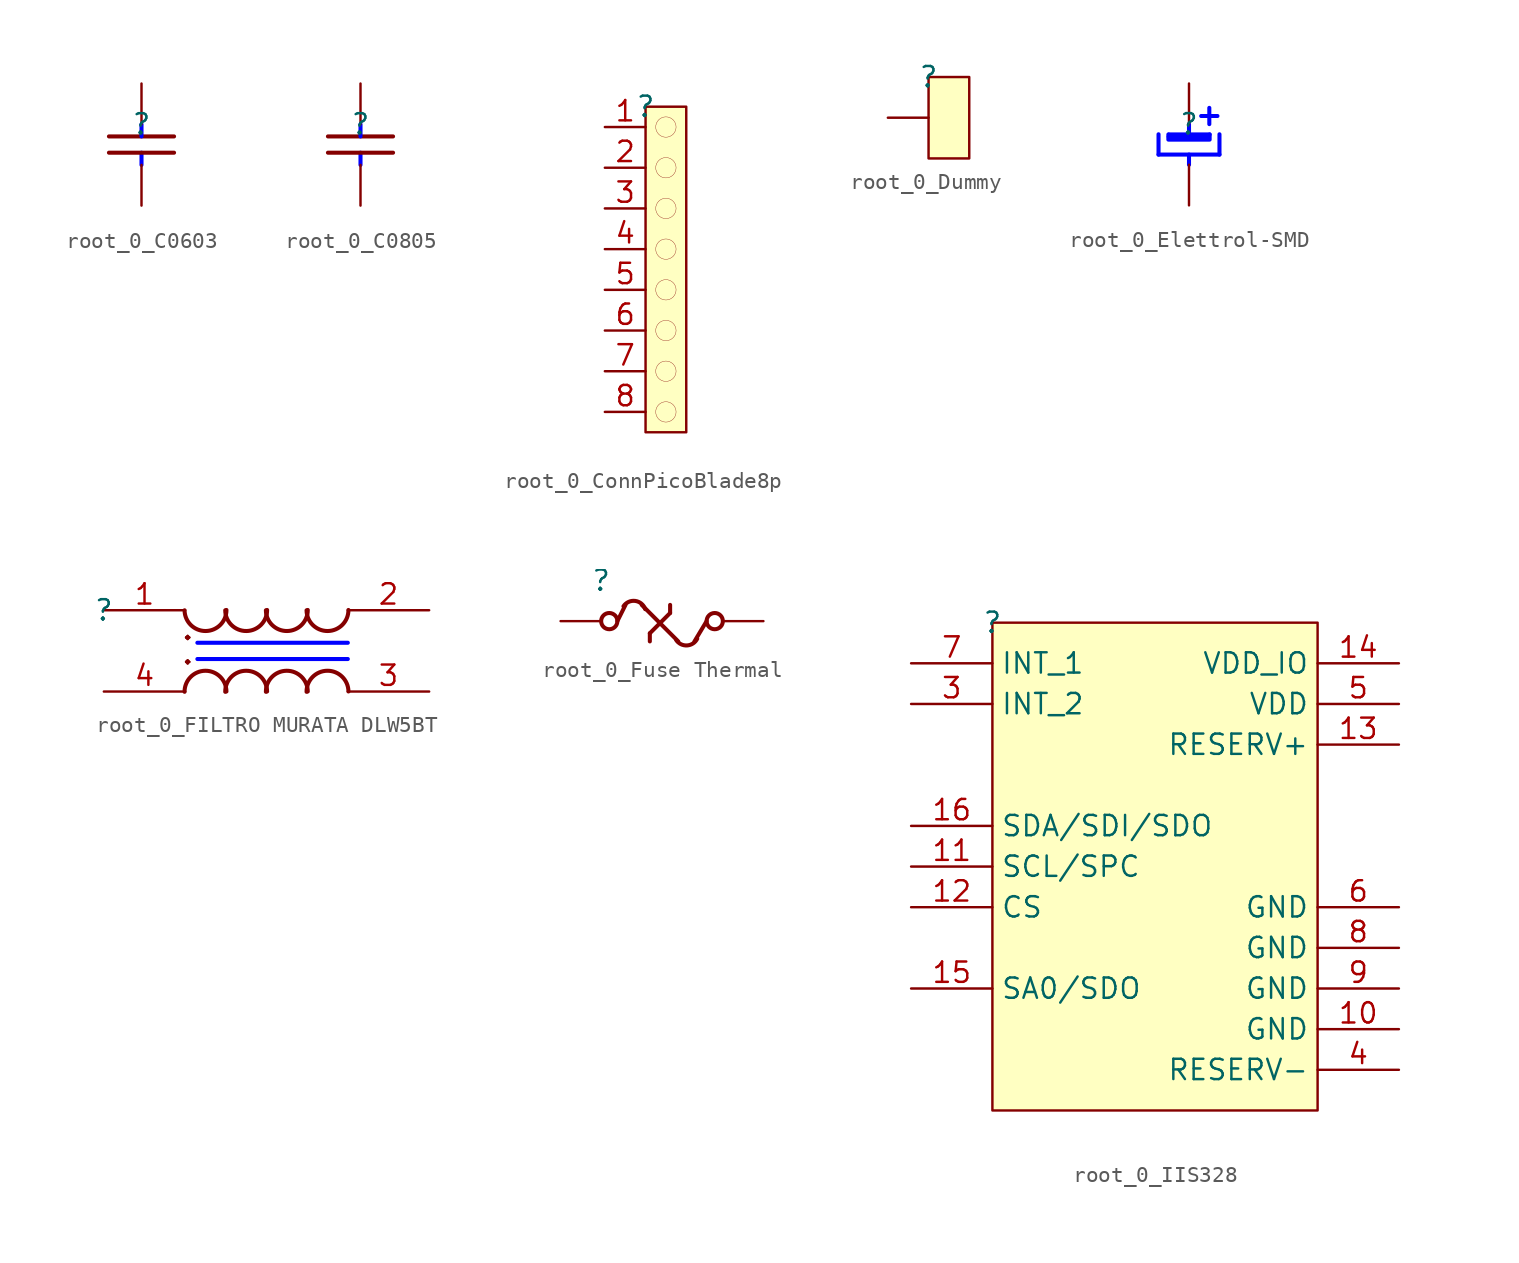
<source format=kicad_sym>
(kicad_symbol_lib
  (version 20220914)
  (generator kicad_symbol_editor)
  (symbol "root_0_C0603"
    (property "Reference" ""
      (at 0 0 0)
      (effects (font (size 1.27 1.27))))
    (property "Value" ""
      (at 0 0 0)
      (effects (font (size 1.27 1.27))))
    (symbol "root_0_C0603_1_0"
      (polyline (pts (xy -2.032 -0.762) (xy 2.032 -0.762)) (stroke (width 0.254) (type solid)) (fill (type none)))
      (polyline (pts (xy 0 -2.54) (xy 0 -1.778)) (stroke (width 0.254) (type solid) (color 0 0 255 1)) (fill (type none)))
      (polyline (pts (xy 0 0) (xy 0 -0.762)) (stroke (width 0.254) (type solid) (color 0 0 255 1)) (fill (type none)))
      (polyline (pts (xy 2.032 -1.778) (xy -2.032 -1.778)) (stroke (width 0.254) (type solid)) (fill (type none)))
      (pin passive line (at 0 2.54 270) (length 2.54) (name "1" (effects (font (size 0 0)))) (number "1" (effects (font (size 0 0)))))
      (pin passive line (at 0 -5.08 90) (length 2.54) (name "2" (effects (font (size 0 0)))) (number "2" (effects (font (size 0 0)))))))
  (symbol "root_0_C0805"
    (property "Reference" ""
      (at 0 0 0)
      (effects (font (size 1.27 1.27))))
    (property "Value" ""
      (at 0 0 0)
      (effects (font (size 1.27 1.27))))
    (symbol "root_0_C0805_1_0"
      (polyline (pts (xy -2.032 -0.762) (xy 2.032 -0.762)) (stroke (width 0.254) (type solid)) (fill (type none)))
      (polyline (pts (xy 0 -2.54) (xy 0 -1.778)) (stroke (width 0.254) (type solid) (color 0 0 255 1)) (fill (type none)))
      (polyline (pts (xy 0 0) (xy 0 -0.762)) (stroke (width 0.254) (type solid) (color 0 0 255 1)) (fill (type none)))
      (polyline (pts (xy 2.032 -1.778) (xy -2.032 -1.778)) (stroke (width 0.254) (type solid)) (fill (type none)))
      (pin passive line (at 0 2.54 270) (length 2.54) (name "1" (effects (font (size 0 0)))) (number "1" (effects (font (size 0 0)))))
      (pin passive line (at 0 -5.08 90) (length 2.54) (name "2" (effects (font (size 0 0)))) (number "2" (effects (font (size 0 0)))))))
  (symbol "root_0_ConnPicoBlade8p"
    (property "Reference" ""
      (at 0 0 0)
      (effects (font (size 1.27 1.27))))
    (property "Value" ""
      (at 0 0 0)
      (effects (font (size 1.27 1.27))))
    (symbol "root_0_ConnPicoBlade8p_1_0"
      (circle (center 1.27 -19.05) (radius 0.635) (stroke (width 0.0001) (type solid)) (fill (type color) (color 192 192 192 1)))
      (circle (center 1.27 -16.51) (radius 0.635) (stroke (width 0.0001) (type solid)) (fill (type color) (color 192 192 192 1)))
      (circle (center 1.27 -13.97) (radius 0.635) (stroke (width 0.0001) (type solid)) (fill (type color) (color 192 192 192 1)))
      (circle (center 1.27 -11.43) (radius 0.635) (stroke (width 0.0001) (type solid)) (fill (type color) (color 192 192 192 1)))
      (circle (center 1.27 -8.89) (radius 0.635) (stroke (width 0.0001) (type solid)) (fill (type color) (color 192 192 192 1)))
      (circle (center 1.27 -6.35) (radius 0.635) (stroke (width 0.0001) (type solid)) (fill (type color) (color 192 192 192 1)))
      (circle (center 1.27 -3.81) (radius 0.635) (stroke (width 0.0001) (type solid)) (fill (type color) (color 192 192 192 1)))
      (circle (center 1.27 -1.27) (radius 0.635) (stroke (width 0.0001) (type solid)) (fill (type color) (color 192 192 192 1)))
      (rectangle (start 2.54 0) (end 0 -20.32) (stroke (width 0) (type solid)) (fill (type background)))
      (pin passive line (at -2.54 -1.27 0) (length 2.54) (name "1" (effects (font (size 0 0)))) (number "1" (effects (font (size 1.27 1.27)))))
      (pin passive line (at -2.54 -3.81 0) (length 2.54) (name "2" (effects (font (size 0 0)))) (number "2" (effects (font (size 1.27 1.27)))))
      (pin passive line (at -2.54 -6.35 0) (length 2.54) (name "3" (effects (font (size 0 0)))) (number "3" (effects (font (size 1.27 1.27)))))
      (pin passive line (at -2.54 -8.89 0) (length 2.54) (name "4" (effects (font (size 0 0)))) (number "4" (effects (font (size 1.27 1.27)))))
      (pin passive line (at -2.54 -11.43 0) (length 2.54) (name "5" (effects (font (size 0 0)))) (number "5" (effects (font (size 1.27 1.27)))))
      (pin passive line (at -2.54 -13.97 0) (length 2.54) (name "6" (effects (font (size 0 0)))) (number "6" (effects (font (size 1.27 1.27)))))
      (pin passive line (at -2.54 -16.51 0) (length 2.54) (name "7" (effects (font (size 0 0)))) (number "7" (effects (font (size 1.27 1.27)))))
      (pin passive line (at -2.54 -19.05 0) (length 2.54) (name "8" (effects (font (size 0 0)))) (number "8" (effects (font (size 1.27 1.27)))))))
  (symbol "root_0_Dummy"
    (property "Reference" ""
      (at 0 0 0)
      (effects (font (size 1.27 1.27))))
    (property "Value" ""
      (at 0 0 0)
      (effects (font (size 1.27 1.27))))
    (symbol "root_0_Dummy_1_0"
      (rectangle (start 2.54 0) (end 0 -5.08) (stroke (width 0) (type solid)) (fill (type background)))
      (pin passive line (at -2.54 -2.54 0) (length 2.54) (name "0" (effects (font (size 0 0)))) (number "1" (effects (font (size 0 0)))))))
  (symbol "root_0_Elettrol-SMD"
    (property "Reference" ""
      (at 0 0 0)
      (effects (font (size 1.27 1.27))))
    (property "Value" ""
      (at 0 0 0)
      (effects (font (size 1.27 1.27))))
    (symbol "root_0_Elettrol-SMD_1_0"
      (polyline (pts (xy -1.905 -1.905) (xy -1.905 -0.635)) (stroke (width 0.254) (type solid) (color 0 0 255 1)) (fill (type none)))
      (polyline (pts (xy -1.27 -0.787) (xy 1.194 -0.787)) (stroke (width 0.254) (type solid) (color 0 0 255 1)) (fill (type none)))
      (polyline (pts (xy -1.25 -0.645) (xy 1.29 -0.645)) (stroke (width 0.254) (type solid) (color 0 0 255 1)) (fill (type none)))
      (polyline (pts (xy 0 -1.905) (xy 0 -2.54)) (stroke (width 0.254) (type solid) (color 0 0 255 1)) (fill (type none)))
      (polyline (pts (xy 0 -0.635) (xy 0 0)) (stroke (width 0.254) (type solid) (color 0 0 255 1)) (fill (type none)))
      (polyline (pts (xy 0.762 0.508) (xy 1.778 0.508)) (stroke (width 0.254) (type solid) (color 0 0 255 1)) (fill (type none)))
      (polyline (pts (xy 1.27 0) (xy 1.27 1.016)) (stroke (width 0.254) (type solid) (color 0 0 255 1)) (fill (type none)))
      (polyline (pts (xy 1.905 -1.905) (xy -1.905 -1.905)) (stroke (width 0.254) (type solid) (color 0 0 255 1)) (fill (type none)))
      (polyline (pts (xy 1.905 -1.905) (xy 1.905 -0.635)) (stroke (width 0.254) (type solid) (color 0 0 255 1)) (fill (type none)))
      (polyline (pts (xy -1.29 -0.645) (xy -1.29 -0.968) (xy 1.29 -0.968) (xy 1.29 -0.645)) (stroke (width 0.254) (type solid) (color 0 0 255 1)) (fill (type none)))
      (pin passive line (at 0 2.54 270) (length 2.54) (name "1" (effects (font (size 0 0)))) (number "1" (effects (font (size 0 0)))))
      (pin passive line (at 0 -5.08 90) (length 2.54) (name "2" (effects (font (size 0 0)))) (number "2" (effects (font (size 0 0)))))))
  (symbol "root_0_FILTRO MURATA DLW5BT"
    (property "Reference" ""
      (at 0 0 0)
      (effects (font (size 1.27 1.27))))
    (property "Value" ""
      (at 0 0 0)
      (effects (font (size 1.27 1.27))))
    (symbol "root_0_FILTRO MURATA DLW5BT_1_0"
      (polyline (pts (xy 5.842 -3.048) (xy 15.24 -3.048)) (stroke (width 0.254) (type solid) (color 0 0 255 1)) (fill (type none)))
      (polyline (pts (xy 5.842 -2.032) (xy 15.24 -2.032)) (stroke (width 0.254) (type solid) (color 0 0 255 1)) (fill (type none)))
      (arc (start 5.042 -0.0057) (mid 6.3606 -1.308) (end 7.6579 0.0155) (stroke (width 0.254) (type solid)) (fill (type none)))
      (arc (start 7.582 -0.0057) (mid 8.9006 -1.308) (end 10.1979 0.0155) (stroke (width 0.254) (type solid)) (fill (type none)))
      (arc (start 7.658 -5.0743) (mid 6.3394 -3.772) (end 5.0421 -5.0955) (stroke (width 0.254) (type solid)) (fill (type none)))
      (arc (start 10.122 -0.0057) (mid 11.4406 -1.308) (end 12.7379 0.0155) (stroke (width 0.254) (type solid)) (fill (type none)))
      (arc (start 10.198 -5.0743) (mid 8.8794 -3.772) (end 7.5821 -5.0955) (stroke (width 0.254) (type solid)) (fill (type none)))
      (arc (start 12.662 -0.0057) (mid 13.9806 -1.308) (end 15.2779 0.0155) (stroke (width 0.254) (type solid)) (fill (type none)))
      (arc (start 12.738 -5.0743) (mid 11.4194 -3.772) (end 10.1221 -5.0955) (stroke (width 0.254) (type solid)) (fill (type none)))
      (arc (start 15.278 -5.0743) (mid 13.9594 -3.772) (end 12.6621 -5.0955) (stroke (width 0.254) (type solid)) (fill (type none)))
      (text "." (at 5.588 -3.81 900) (effects (font (size 2.032 2.032)) (justify left bottom)))
      (text "." (at 5.588 -2.286 900) (effects (font (size 2.032 2.032)) (justify left bottom)))
      (pin passive line (at 0 0 0) (length 5.08) (name "1" (effects (font (size 0 0)))) (number "1" (effects (font (size 1.27 1.27)))))
      (pin passive line (at 20.32 0 180) (length 5.08) (name "2" (effects (font (size 0 0)))) (number "2" (effects (font (size 1.27 1.27)))))
      (pin passive line (at 20.32 -5.08 180) (length 5.08) (name "3" (effects (font (size 0 0)))) (number "3" (effects (font (size 1.27 1.27)))))
      (pin passive line (at 0 -5.08 0) (length 5.08) (name "4" (effects (font (size 0 0)))) (number "4" (effects (font (size 1.27 1.27)))))))
  (symbol "root_0_Fuse Thermal"
    (property "Reference" ""
      (at 0 0 0)
      (effects (font (size 1.27 1.27))))
    (property "Value" ""
      (at 0 0 0)
      (effects (font (size 1.27 1.27))))
    (symbol "root_0_Fuse Thermal_1_0"
      (polyline (pts (xy 1.016 -2.54) (xy 1.524 -1.524)) (stroke (width 0.254) (type solid)) (fill (type none)))
      (polyline (pts (xy 3.048 -3.81) (xy 3.048 -3.302)) (stroke (width 0.254) (type solid)) (fill (type none)))
      (polyline (pts (xy 3.048 -3.302) (xy 4.318 -2.032)) (stroke (width 0.254) (type solid)) (fill (type none)))
      (polyline (pts (xy 4.318 -2.032) (xy 4.318 -1.524)) (stroke (width 0.254) (type solid)) (fill (type none)))
      (polyline (pts (xy 4.826 -3.81) (xy 2.54 -1.524)) (stroke (width 0.254) (type solid)) (fill (type none)))
      (polyline (pts (xy 5.842 -3.81) (xy 6.604 -2.54)) (stroke (width 0.254) (type solid)) (fill (type none)))
      (circle (center 0.508 -2.54) (radius 0.508) (stroke (width 0.254) (type solid)) (fill (type none)))
      (arc (start 2.7549 -1.791) (mid 2.1331 -1.2767) (end 1.398 -1.6093) (stroke (width 0.254) (type solid)) (fill (type none)))
      (arc (start 4.7 -3.7247) (mid 5.3814 -4.0625) (end 6.0156 -3.6428) (stroke (width 0.254) (type solid)) (fill (type none)))
      (circle (center 7.112 -2.54) (radius 0.508) (stroke (width 0.254) (type solid)) (fill (type none)))
      (pin passive line (at -2.54 -2.54 0) (length 2.54) (name "1" (effects (font (size 0 0)))) (number "1" (effects (font (size 0 0)))))
      (pin passive line (at 10.16 -2.54 180) (length 2.54) (name "2" (effects (font (size 0 0)))) (number "2" (effects (font (size 0 0)))))))
  (symbol "root_0_IIS328"
    (property "Reference" ""
      (at 0 0 0)
      (effects (font (size 1.27 1.27))))
    (property "Value" ""
      (at 0 0 0)
      (effects (font (size 1.27 1.27))))
    (symbol "root_0_IIS328_1_0"
      (rectangle (start 20.32 0) (end 0 -30.48) (stroke (width 0) (type solid)) (fill (type background)))
      (pin power_in line (at 25.4 -25.4 180) (length 5.08) (name "GND" (effects (font (size 1.27 1.27)))) (number "10" (effects (font (size 1.27 1.27)))))
      (pin passive line (at -5.08 -15.24 0) (length 5.08) (name "SCL/SPC" (effects (font (size 1.27 1.27)))) (number "11" (effects (font (size 1.27 1.27)))))
      (pin passive line (at -5.08 -17.78 0) (length 5.08) (name "CS" (effects (font (size 1.27 1.27)))) (number "12" (effects (font (size 1.27 1.27)))))
      (pin passive line (at 25.4 -7.62 180) (length 5.08) (name "RESERV+" (effects (font (size 1.27 1.27)))) (number "13" (effects (font (size 1.27 1.27)))))
      (pin passive line (at 25.4 -2.54 180) (length 5.08) (name "VDD_IO" (effects (font (size 1.27 1.27)))) (number "14" (effects (font (size 1.27 1.27)))))
      (pin passive line (at -5.08 -22.86 0) (length 5.08) (name "SA0/SDO" (effects (font (size 1.27 1.27)))) (number "15" (effects (font (size 1.27 1.27)))))
      (pin passive line (at -5.08 -12.7 0) (length 5.08) (name "SDA/SDI/SDO" (effects (font (size 1.27 1.27)))) (number "16" (effects (font (size 1.27 1.27)))))
      (pin passive line (at -5.08 -5.08 0) (length 5.08) (name "INT_2" (effects (font (size 1.27 1.27)))) (number "3" (effects (font (size 1.27 1.27)))))
      (pin passive line (at 25.4 -27.94 180) (length 5.08) (name "RESERV-" (effects (font (size 1.27 1.27)))) (number "4" (effects (font (size 1.27 1.27)))))
      (pin passive line (at 25.4 -5.08 180) (length 5.08) (name "VDD" (effects (font (size 1.27 1.27)))) (number "5" (effects (font (size 1.27 1.27)))))
      (pin power_in line (at 25.4 -17.78 180) (length 5.08) (name "GND" (effects (font (size 1.27 1.27)))) (number "6" (effects (font (size 1.27 1.27)))))
      (pin passive line (at -5.08 -2.54 0) (length 5.08) (name "INT_1" (effects (font (size 1.27 1.27)))) (number "7" (effects (font (size 1.27 1.27)))))
      (pin power_in line (at 25.4 -20.32 180) (length 5.08) (name "GND" (effects (font (size 1.27 1.27)))) (number "8" (effects (font (size 1.27 1.27)))))
      (pin power_in line (at 25.4 -22.86 180) (length 5.08) (name "GND" (effects (font (size 1.27 1.27)))) (number "9" (effects (font (size 1.27 1.27))))))))
</source>
